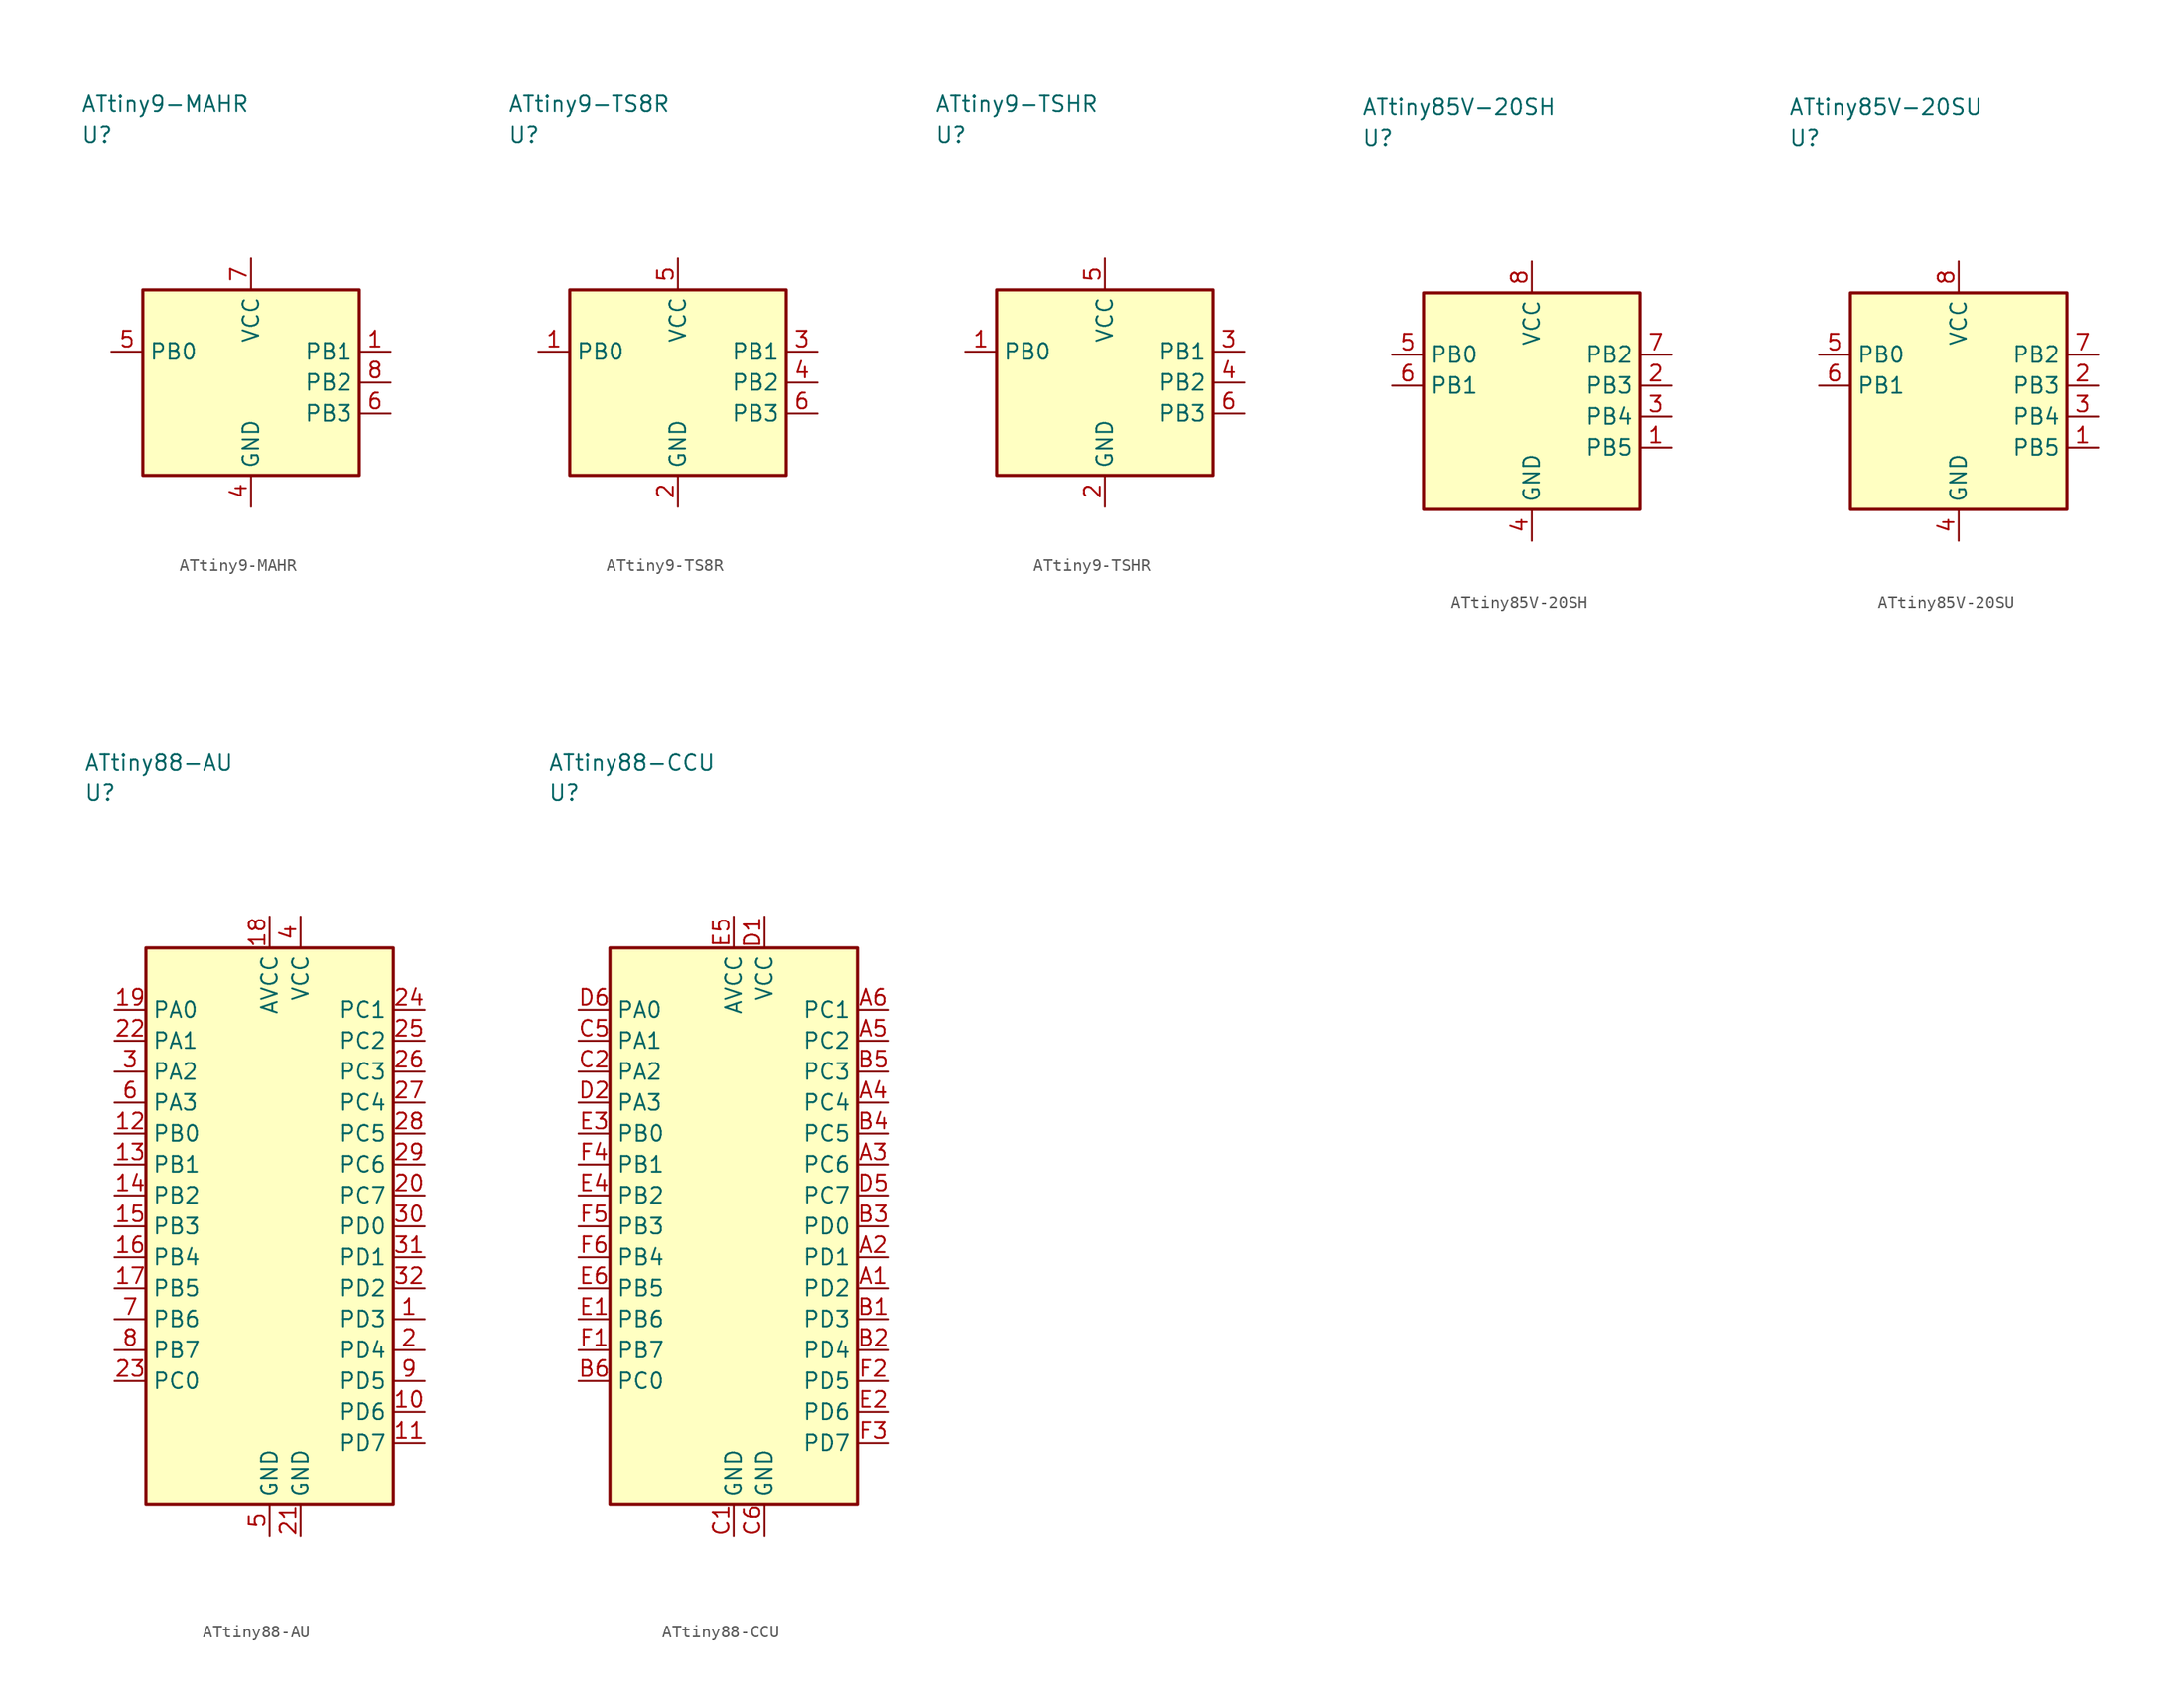
<source format=kicad_sym>
(kicad_symbol_lib
  (version 20241025)
  (generator "kicad_symbol_editor")
  (generator_version "8.0")
  (symbol "ATtiny9-MAHR"
    (property "Reference" "U"
      (at -13.75 20.0 0)
      (effects (font (size 1.27 1.27)) (justify left)))
    (property "Value" "ATtiny9-MAHR"
      (at -13.75 22.5 0)
      (effects (font (size 1.27 1.27)) (justify left)))
    (symbol "ATtiny9-MAHR_0_1"
      (rectangle (start -8.75 7.5) (end 8.75 -7.5) (stroke (width 0.254) (type default)) (fill (type background))))
    (symbol "ATtiny9-MAHR_1_1"
      (pin bidirectional line (at 11.29 2.5 180.0) (length 2.54) (name "PB1" (effects (font (size 1.27 1.27)))) (number "1" (effects (font (size 1.27 1.27)))))
      (pin passive line (at 0.0 -10.04 90.0) (length 2.54) (name "GND" (effects (font (size 1.27 1.27)))) (number "4" (effects (font (size 1.27 1.27)))))
      (pin bidirectional line (at -11.29 2.5 0.0) (length 2.54) (name "PB0" (effects (font (size 1.27 1.27)))) (number "5" (effects (font (size 1.27 1.27)))))
      (pin bidirectional line (at 11.29 -2.5 180.0) (length 2.54) (name "PB3" (effects (font (size 1.27 1.27)))) (number "6" (effects (font (size 1.27 1.27)))))
      (pin power_in line (at 0.0 10.04 270.0) (length 2.54) (name "VCC" (effects (font (size 1.27 1.27)))) (number "7" (effects (font (size 1.27 1.27)))))
      (pin bidirectional line (at 11.29 0.0 180.0) (length 2.54) (name "PB2" (effects (font (size 1.27 1.27)))) (number "8" (effects (font (size 1.27 1.27)))))))
  (symbol "ATtiny9-TS8R"
    (property "Reference" "U"
      (at -13.75 20.0 0)
      (effects (font (size 1.27 1.27)) (justify left)))
    (property "Value" "ATtiny9-TS8R"
      (at -13.75 22.5 0)
      (effects (font (size 1.27 1.27)) (justify left)))
    (symbol "ATtiny9-TS8R_0_1"
      (rectangle (start -8.75 7.5) (end 8.75 -7.5) (stroke (width 0.254) (type default)) (fill (type background))))
    (symbol "ATtiny9-TS8R_1_1"
      (pin bidirectional line (at -11.29 2.5 0.0) (length 2.54) (name "PB0" (effects (font (size 1.27 1.27)))) (number "1" (effects (font (size 1.27 1.27)))))
      (pin passive line (at 0.0 -10.04 90.0) (length 2.54) (name "GND" (effects (font (size 1.27 1.27)))) (number "2" (effects (font (size 1.27 1.27)))))
      (pin bidirectional line (at 11.29 2.5 180.0) (length 2.54) (name "PB1" (effects (font (size 1.27 1.27)))) (number "3" (effects (font (size 1.27 1.27)))))
      (pin bidirectional line (at 11.29 0.0 180.0) (length 2.54) (name "PB2" (effects (font (size 1.27 1.27)))) (number "4" (effects (font (size 1.27 1.27)))))
      (pin power_in line (at 0.0 10.04 270.0) (length 2.54) (name "VCC" (effects (font (size 1.27 1.27)))) (number "5" (effects (font (size 1.27 1.27)))))
      (pin bidirectional line (at 11.29 -2.5 180.0) (length 2.54) (name "PB3" (effects (font (size 1.27 1.27)))) (number "6" (effects (font (size 1.27 1.27)))))))
  (symbol "ATtiny9-TSHR"
    (property "Reference" "U"
      (at -13.75 20.0 0)
      (effects (font (size 1.27 1.27)) (justify left)))
    (property "Value" "ATtiny9-TSHR"
      (at -13.75 22.5 0)
      (effects (font (size 1.27 1.27)) (justify left)))
    (symbol "ATtiny9-TSHR_0_1"
      (rectangle (start -8.75 7.5) (end 8.75 -7.5) (stroke (width 0.254) (type default)) (fill (type background))))
    (symbol "ATtiny9-TSHR_1_1"
      (pin bidirectional line (at -11.29 2.5 0.0) (length 2.54) (name "PB0" (effects (font (size 1.27 1.27)))) (number "1" (effects (font (size 1.27 1.27)))))
      (pin passive line (at 0.0 -10.04 90.0) (length 2.54) (name "GND" (effects (font (size 1.27 1.27)))) (number "2" (effects (font (size 1.27 1.27)))))
      (pin bidirectional line (at 11.29 2.5 180.0) (length 2.54) (name "PB1" (effects (font (size 1.27 1.27)))) (number "3" (effects (font (size 1.27 1.27)))))
      (pin bidirectional line (at 11.29 0.0 180.0) (length 2.54) (name "PB2" (effects (font (size 1.27 1.27)))) (number "4" (effects (font (size 1.27 1.27)))))
      (pin power_in line (at 0.0 10.04 270.0) (length 2.54) (name "VCC" (effects (font (size 1.27 1.27)))) (number "5" (effects (font (size 1.27 1.27)))))
      (pin bidirectional line (at 11.29 -2.5 180.0) (length 2.54) (name "PB3" (effects (font (size 1.27 1.27)))) (number "6" (effects (font (size 1.27 1.27)))))))
  (symbol "ATtiny85V-20SH"
    (property "Reference" "U"
      (at -13.75 21.25 0)
      (effects (font (size 1.27 1.27)) (justify left)))
    (property "Value" "ATtiny85V-20SH"
      (at -13.75 23.75 0)
      (effects (font (size 1.27 1.27)) (justify left)))
    (symbol "ATtiny85V-20SH_0_1"
      (rectangle (start -8.75 8.75) (end 8.75 -8.75) (stroke (width 0.254) (type default)) (fill (type background))))
    (symbol "ATtiny85V-20SH_1_1"
      (pin bidirectional line (at 11.29 -3.75 180.0) (length 2.54) (name "PB5" (effects (font (size 1.27 1.27)))) (number "1" (effects (font (size 1.27 1.27)))))
      (pin bidirectional line (at 11.29 1.25 180.0) (length 2.54) (name "PB3" (effects (font (size 1.27 1.27)))) (number "2" (effects (font (size 1.27 1.27)))))
      (pin bidirectional line (at 11.29 -1.25 180.0) (length 2.54) (name "PB4" (effects (font (size 1.27 1.27)))) (number "3" (effects (font (size 1.27 1.27)))))
      (pin passive line (at 0.0 -11.29 90.0) (length 2.54) (name "GND" (effects (font (size 1.27 1.27)))) (number "4" (effects (font (size 1.27 1.27)))))
      (pin bidirectional line (at -11.29 3.75 0.0) (length 2.54) (name "PB0" (effects (font (size 1.27 1.27)))) (number "5" (effects (font (size 1.27 1.27)))))
      (pin bidirectional line (at -11.29 1.25 0.0) (length 2.54) (name "PB1" (effects (font (size 1.27 1.27)))) (number "6" (effects (font (size 1.27 1.27)))))
      (pin bidirectional line (at 11.29 3.75 180.0) (length 2.54) (name "PB2" (effects (font (size 1.27 1.27)))) (number "7" (effects (font (size 1.27 1.27)))))
      (pin power_in line (at 0.0 11.29 270.0) (length 2.54) (name "VCC" (effects (font (size 1.27 1.27)))) (number "8" (effects (font (size 1.27 1.27)))))))
  (symbol "ATtiny85V-20SU"
    (property "Reference" "U"
      (at -13.75 21.25 0)
      (effects (font (size 1.27 1.27)) (justify left)))
    (property "Value" "ATtiny85V-20SU"
      (at -13.75 23.75 0)
      (effects (font (size 1.27 1.27)) (justify left)))
    (symbol "ATtiny85V-20SU_0_1"
      (rectangle (start -8.75 8.75) (end 8.75 -8.75) (stroke (width 0.254) (type default)) (fill (type background))))
    (symbol "ATtiny85V-20SU_1_1"
      (pin bidirectional line (at 11.29 -3.75 180.0) (length 2.54) (name "PB5" (effects (font (size 1.27 1.27)))) (number "1" (effects (font (size 1.27 1.27)))))
      (pin bidirectional line (at 11.29 1.25 180.0) (length 2.54) (name "PB3" (effects (font (size 1.27 1.27)))) (number "2" (effects (font (size 1.27 1.27)))))
      (pin bidirectional line (at 11.29 -1.25 180.0) (length 2.54) (name "PB4" (effects (font (size 1.27 1.27)))) (number "3" (effects (font (size 1.27 1.27)))))
      (pin passive line (at 0.0 -11.29 90.0) (length 2.54) (name "GND" (effects (font (size 1.27 1.27)))) (number "4" (effects (font (size 1.27 1.27)))))
      (pin bidirectional line (at -11.29 3.75 0.0) (length 2.54) (name "PB0" (effects (font (size 1.27 1.27)))) (number "5" (effects (font (size 1.27 1.27)))))
      (pin bidirectional line (at -11.29 1.25 0.0) (length 2.54) (name "PB1" (effects (font (size 1.27 1.27)))) (number "6" (effects (font (size 1.27 1.27)))))
      (pin bidirectional line (at 11.29 3.75 180.0) (length 2.54) (name "PB2" (effects (font (size 1.27 1.27)))) (number "7" (effects (font (size 1.27 1.27)))))
      (pin power_in line (at 0.0 11.29 270.0) (length 2.54) (name "VCC" (effects (font (size 1.27 1.27)))) (number "8" (effects (font (size 1.27 1.27)))))))
  (symbol "ATtiny88-AU"
    (property "Reference" "U"
      (at -15.0 35.0 0)
      (effects (font (size 1.27 1.27)) (justify left)))
    (property "Value" "ATtiny88-AU"
      (at -15.0 37.5 0)
      (effects (font (size 1.27 1.27)) (justify left)))
    (symbol "ATtiny88-AU_0_1"
      (rectangle (start -10.0 22.5) (end 10.0 -22.5) (stroke (width 0.254) (type default)) (fill (type background))))
    (symbol "ATtiny88-AU_1_1"
      (pin bidirectional line (at 12.54 -7.5 180.0) (length 2.54) (name "PD3" (effects (font (size 1.27 1.27)))) (number "1" (effects (font (size 1.27 1.27)))))
      (pin bidirectional line (at 12.54 -10.0 180.0) (length 2.54) (name "PD4" (effects (font (size 1.27 1.27)))) (number "2" (effects (font (size 1.27 1.27)))))
      (pin bidirectional line (at -12.54 12.5 0.0) (length 2.54) (name "PA2" (effects (font (size 1.27 1.27)))) (number "3" (effects (font (size 1.27 1.27)))))
      (pin power_in line (at 2.5 25.04 270.0) (length 2.54) (name "VCC" (effects (font (size 1.27 1.27)))) (number "4" (effects (font (size 1.27 1.27)))))
      (pin passive line (at 0.0 -25.04 90.0) (length 2.54) (name "GND" (effects (font (size 1.27 1.27)))) (number "5" (effects (font (size 1.27 1.27)))))
      (pin bidirectional line (at -12.54 10.0 0.0) (length 2.54) (name "PA3" (effects (font (size 1.27 1.27)))) (number "6" (effects (font (size 1.27 1.27)))))
      (pin bidirectional line (at -12.54 -7.5 0.0) (length 2.54) (name "PB6" (effects (font (size 1.27 1.27)))) (number "7" (effects (font (size 1.27 1.27)))))
      (pin bidirectional line (at -12.54 -10.0 0.0) (length 2.54) (name "PB7" (effects (font (size 1.27 1.27)))) (number "8" (effects (font (size 1.27 1.27)))))
      (pin bidirectional line (at 12.54 -12.5 180.0) (length 2.54) (name "PD5" (effects (font (size 1.27 1.27)))) (number "9" (effects (font (size 1.27 1.27)))))
      (pin bidirectional line (at 12.54 -15.0 180.0) (length 2.54) (name "PD6" (effects (font (size 1.27 1.27)))) (number "10" (effects (font (size 1.27 1.27)))))
      (pin bidirectional line (at 12.54 -17.5 180.0) (length 2.54) (name "PD7" (effects (font (size 1.27 1.27)))) (number "11" (effects (font (size 1.27 1.27)))))
      (pin bidirectional line (at -12.54 7.5 0.0) (length 2.54) (name "PB0" (effects (font (size 1.27 1.27)))) (number "12" (effects (font (size 1.27 1.27)))))
      (pin bidirectional line (at -12.54 5.0 0.0) (length 2.54) (name "PB1" (effects (font (size 1.27 1.27)))) (number "13" (effects (font (size 1.27 1.27)))))
      (pin bidirectional line (at -12.54 2.5 0.0) (length 2.54) (name "PB2" (effects (font (size 1.27 1.27)))) (number "14" (effects (font (size 1.27 1.27)))))
      (pin bidirectional line (at -12.54 0.0 0.0) (length 2.54) (name "PB3" (effects (font (size 1.27 1.27)))) (number "15" (effects (font (size 1.27 1.27)))))
      (pin bidirectional line (at -12.54 -2.5 0.0) (length 2.54) (name "PB4" (effects (font (size 1.27 1.27)))) (number "16" (effects (font (size 1.27 1.27)))))
      (pin bidirectional line (at -12.54 -5.0 0.0) (length 2.54) (name "PB5" (effects (font (size 1.27 1.27)))) (number "17" (effects (font (size 1.27 1.27)))))
      (pin power_in line (at 0.0 25.04 270.0) (length 2.54) (name "AVCC" (effects (font (size 1.27 1.27)))) (number "18" (effects (font (size 1.27 1.27)))))
      (pin bidirectional line (at -12.54 17.5 0.0) (length 2.54) (name "PA0" (effects (font (size 1.27 1.27)))) (number "19" (effects (font (size 1.27 1.27)))))
      (pin bidirectional line (at 12.54 2.5 180.0) (length 2.54) (name "PC7" (effects (font (size 1.27 1.27)))) (number "20" (effects (font (size 1.27 1.27)))))
      (pin passive line (at 2.5 -25.04 90.0) (length 2.54) (name "GND" (effects (font (size 1.27 1.27)))) (number "21" (effects (font (size 1.27 1.27)))))
      (pin bidirectional line (at -12.54 15.0 0.0) (length 2.54) (name "PA1" (effects (font (size 1.27 1.27)))) (number "22" (effects (font (size 1.27 1.27)))))
      (pin bidirectional line (at -12.54 -12.5 0.0) (length 2.54) (name "PC0" (effects (font (size 1.27 1.27)))) (number "23" (effects (font (size 1.27 1.27)))))
      (pin bidirectional line (at 12.54 17.5 180.0) (length 2.54) (name "PC1" (effects (font (size 1.27 1.27)))) (number "24" (effects (font (size 1.27 1.27)))))
      (pin bidirectional line (at 12.54 15.0 180.0) (length 2.54) (name "PC2" (effects (font (size 1.27 1.27)))) (number "25" (effects (font (size 1.27 1.27)))))
      (pin bidirectional line (at 12.54 12.5 180.0) (length 2.54) (name "PC3" (effects (font (size 1.27 1.27)))) (number "26" (effects (font (size 1.27 1.27)))))
      (pin bidirectional line (at 12.54 10.0 180.0) (length 2.54) (name "PC4" (effects (font (size 1.27 1.27)))) (number "27" (effects (font (size 1.27 1.27)))))
      (pin bidirectional line (at 12.54 7.5 180.0) (length 2.54) (name "PC5" (effects (font (size 1.27 1.27)))) (number "28" (effects (font (size 1.27 1.27)))))
      (pin bidirectional line (at 12.54 5.0 180.0) (length 2.54) (name "PC6" (effects (font (size 1.27 1.27)))) (number "29" (effects (font (size 1.27 1.27)))))
      (pin bidirectional line (at 12.54 0.0 180.0) (length 2.54) (name "PD0" (effects (font (size 1.27 1.27)))) (number "30" (effects (font (size 1.27 1.27)))))
      (pin bidirectional line (at 12.54 -2.5 180.0) (length 2.54) (name "PD1" (effects (font (size 1.27 1.27)))) (number "31" (effects (font (size 1.27 1.27)))))
      (pin bidirectional line (at 12.54 -5.0 180.0) (length 2.54) (name "PD2" (effects (font (size 1.27 1.27)))) (number "32" (effects (font (size 1.27 1.27)))))))
  (symbol "ATtiny88-CCU"
    (property "Reference" "U"
      (at -15.0 35.0 0)
      (effects (font (size 1.27 1.27)) (justify left)))
    (property "Value" "ATtiny88-CCU"
      (at -15.0 37.5 0)
      (effects (font (size 1.27 1.27)) (justify left)))
    (symbol "ATtiny88-CCU_0_1"
      (rectangle (start -10.0 22.5) (end 10.0 -22.5) (stroke (width 0.254) (type default)) (fill (type background))))
    (symbol "ATtiny88-CCU_1_1"
      (pin bidirectional line (at 12.54 -5.0 180.0) (length 2.54) (name "PD2" (effects (font (size 1.27 1.27)))) (number "A1" (effects (font (size 1.27 1.27)))))
      (pin bidirectional line (at 12.54 -7.5 180.0) (length 2.54) (name "PD3" (effects (font (size 1.27 1.27)))) (number "B1" (effects (font (size 1.27 1.27)))))
      (pin passive line (at 0.0 -25.04 90.0) (length 2.54) (name "GND" (effects (font (size 1.27 1.27)))) (number "C1" (effects (font (size 1.27 1.27)))))
      (pin power_in line (at 2.5 25.04 270.0) (length 2.54) (name "VCC" (effects (font (size 1.27 1.27)))) (number "D1" (effects (font (size 1.27 1.27)))))
      (pin bidirectional line (at -12.54 -7.5 0.0) (length 2.54) (name "PB6" (effects (font (size 1.27 1.27)))) (number "E1" (effects (font (size 1.27 1.27)))))
      (pin bidirectional line (at -12.54 -10.0 0.0) (length 2.54) (name "PB7" (effects (font (size 1.27 1.27)))) (number "F1" (effects (font (size 1.27 1.27)))))
      (pin bidirectional line (at 12.54 -2.5 180.0) (length 2.54) (name "PD1" (effects (font (size 1.27 1.27)))) (number "A2" (effects (font (size 1.27 1.27)))))
      (pin bidirectional line (at 12.54 -10.0 180.0) (length 2.54) (name "PD4" (effects (font (size 1.27 1.27)))) (number "B2" (effects (font (size 1.27 1.27)))))
      (pin bidirectional line (at -12.54 12.5 0.0) (length 2.54) (name "PA2" (effects (font (size 1.27 1.27)))) (number "C2" (effects (font (size 1.27 1.27)))))
      (pin bidirectional line (at -12.54 10.0 0.0) (length 2.54) (name "PA3" (effects (font (size 1.27 1.27)))) (number "D2" (effects (font (size 1.27 1.27)))))
      (pin bidirectional line (at 12.54 -15.0 180.0) (length 2.54) (name "PD6" (effects (font (size 1.27 1.27)))) (number "E2" (effects (font (size 1.27 1.27)))))
      (pin bidirectional line (at 12.54 -12.5 180.0) (length 2.54) (name "PD5" (effects (font (size 1.27 1.27)))) (number "F2" (effects (font (size 1.27 1.27)))))
      (pin bidirectional line (at 12.54 5.0 180.0) (length 2.54) (name "PC6" (effects (font (size 1.27 1.27)))) (number "A3" (effects (font (size 1.27 1.27)))))
      (pin bidirectional line (at 12.54 0.0 180.0) (length 2.54) (name "PD0" (effects (font (size 1.27 1.27)))) (number "B3" (effects (font (size 1.27 1.27)))))
      (pin bidirectional line (at -12.54 7.5 0.0) (length 2.54) (name "PB0" (effects (font (size 1.27 1.27)))) (number "E3" (effects (font (size 1.27 1.27)))))
      (pin bidirectional line (at 12.54 -17.5 180.0) (length 2.54) (name "PD7" (effects (font (size 1.27 1.27)))) (number "F3" (effects (font (size 1.27 1.27)))))
      (pin bidirectional line (at 12.54 10.0 180.0) (length 2.54) (name "PC4" (effects (font (size 1.27 1.27)))) (number "A4" (effects (font (size 1.27 1.27)))))
      (pin bidirectional line (at 12.54 7.5 180.0) (length 2.54) (name "PC5" (effects (font (size 1.27 1.27)))) (number "B4" (effects (font (size 1.27 1.27)))))
      (pin bidirectional line (at -12.54 2.5 0.0) (length 2.54) (name "PB2" (effects (font (size 1.27 1.27)))) (number "E4" (effects (font (size 1.27 1.27)))))
      (pin bidirectional line (at -12.54 5.0 0.0) (length 2.54) (name "PB1" (effects (font (size 1.27 1.27)))) (number "F4" (effects (font (size 1.27 1.27)))))
      (pin bidirectional line (at 12.54 15.0 180.0) (length 2.54) (name "PC2" (effects (font (size 1.27 1.27)))) (number "A5" (effects (font (size 1.27 1.27)))))
      (pin bidirectional line (at 12.54 12.5 180.0) (length 2.54) (name "PC3" (effects (font (size 1.27 1.27)))) (number "B5" (effects (font (size 1.27 1.27)))))
      (pin bidirectional line (at -12.54 15.0 0.0) (length 2.54) (name "PA1" (effects (font (size 1.27 1.27)))) (number "C5" (effects (font (size 1.27 1.27)))))
      (pin bidirectional line (at 12.54 2.5 180.0) (length 2.54) (name "PC7" (effects (font (size 1.27 1.27)))) (number "D5" (effects (font (size 1.27 1.27)))))
      (pin power_in line (at 0.0 25.04 270.0) (length 2.54) (name "AVCC" (effects (font (size 1.27 1.27)))) (number "E5" (effects (font (size 1.27 1.27)))))
      (pin bidirectional line (at -12.54 0.0 0.0) (length 2.54) (name "PB3" (effects (font (size 1.27 1.27)))) (number "F5" (effects (font (size 1.27 1.27)))))
      (pin bidirectional line (at 12.54 17.5 180.0) (length 2.54) (name "PC1" (effects (font (size 1.27 1.27)))) (number "A6" (effects (font (size 1.27 1.27)))))
      (pin bidirectional line (at -12.54 -12.5 0.0) (length 2.54) (name "PC0" (effects (font (size 1.27 1.27)))) (number "B6" (effects (font (size 1.27 1.27)))))
      (pin passive line (at 2.5 -25.04 90.0) (length 2.54) (name "GND" (effects (font (size 1.27 1.27)))) (number "C6" (effects (font (size 1.27 1.27)))))
      (pin bidirectional line (at -12.54 17.5 0.0) (length 2.54) (name "PA0" (effects (font (size 1.27 1.27)))) (number "D6" (effects (font (size 1.27 1.27)))))
      (pin bidirectional line (at -12.54 -5.0 0.0) (length 2.54) (name "PB5" (effects (font (size 1.27 1.27)))) (number "E6" (effects (font (size 1.27 1.27)))))
      (pin bidirectional line (at -12.54 -2.5 0.0) (length 2.54) (name "PB4" (effects (font (size 1.27 1.27)))) (number "F6" (effects (font (size 1.27 1.27))))))))
</source>
